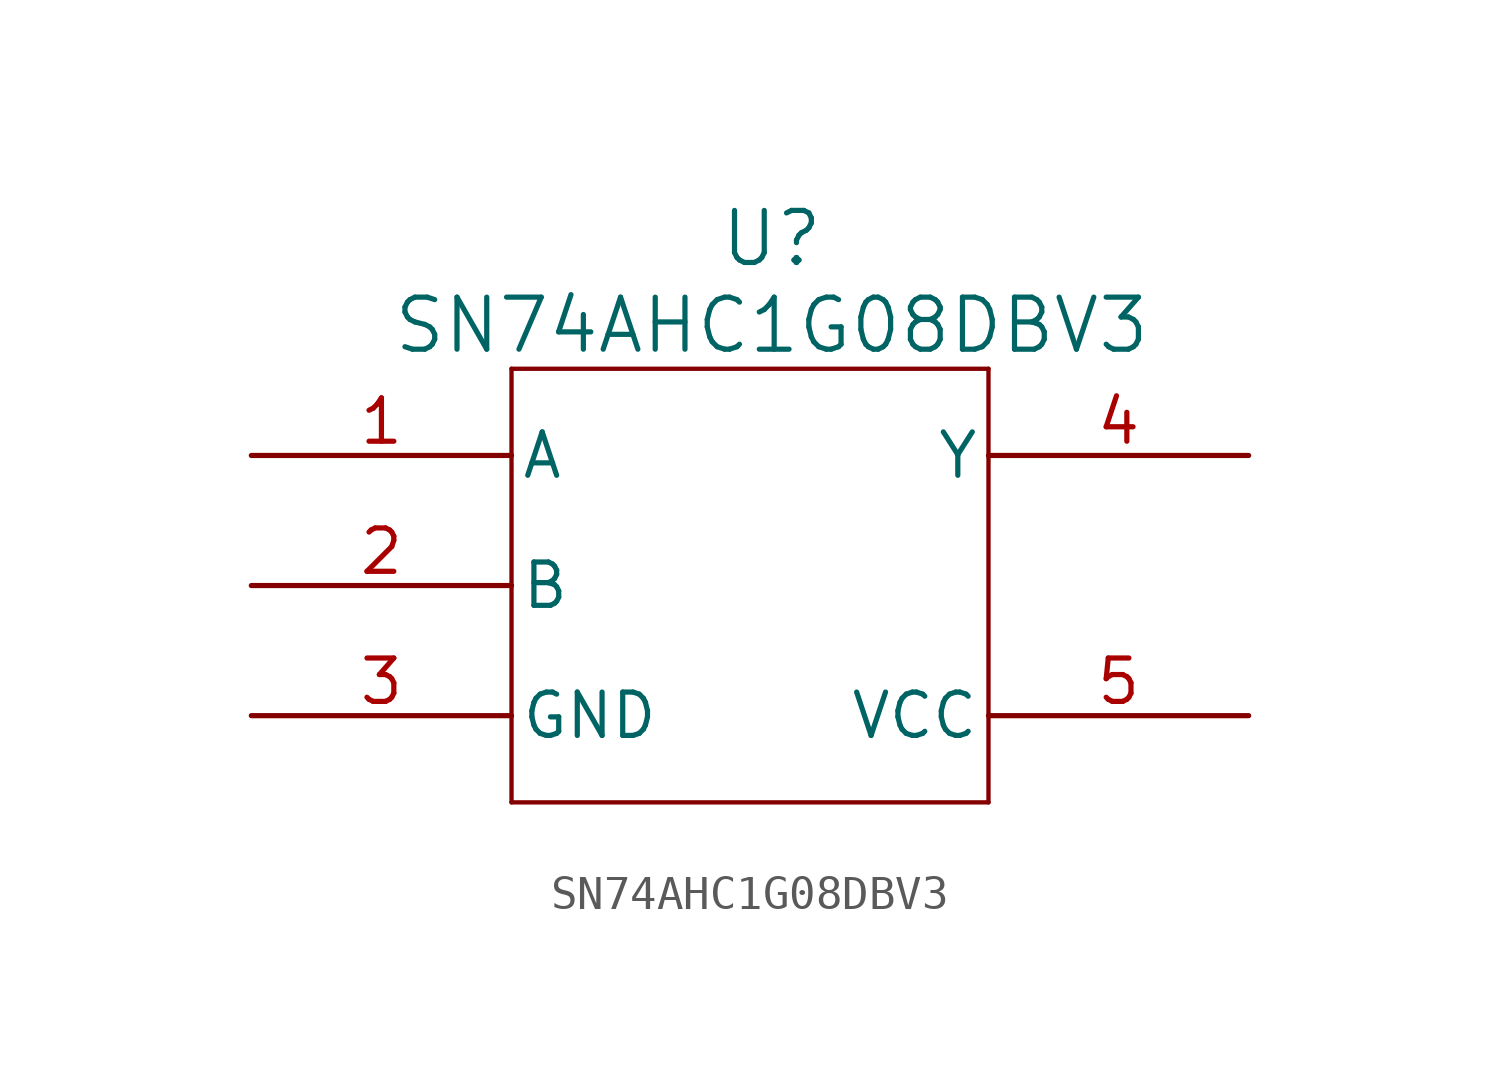
<source format=kicad_sym>
(kicad_symbol_lib
  (version 20220914)
  (generator kicad_symbol_editor)
  (symbol "SN74AHC1G08DBV3"
    (pin_names
      (offset 0.254))
    (property "Reference" "U"
      (at 15.24 6.35 0)
      (effects (font (size 1.524 1.524))))
    (property "Value" "SN74AHC1G08DBV3"
      (at 15.24 3.81 0)
      (effects (font (size 1.524 1.524))))
    (property "ki_locked" ""
      (at 0 0 0)
      (effects (font (size 1.27 1.27))))
    (symbol "SN74AHC1G08DBV3_0_1"
      (polyline (pts (xy 7.62 -10.16) (xy 21.59 -10.16)) (stroke (width 0.127) (type default)) (fill (type none)))
      (polyline (pts (xy 7.62 2.54) (xy 7.62 -10.16)) (stroke (width 0.127) (type default)) (fill (type none)))
      (polyline (pts (xy 21.59 -10.16) (xy 21.59 2.54)) (stroke (width 0.127) (type default)) (fill (type none)))
      (polyline (pts (xy 21.59 2.54) (xy 7.62 2.54)) (stroke (width 0.127) (type default)) (fill (type none)))
      (pin input line (at 0 0 0) (length 7.62) (name "A" (effects (font (size 1.27 1.27)))) (number "1" (effects (font (size 1.27 1.27)))))
      (pin input line (at 0 -3.81 0) (length 7.62) (name "B" (effects (font (size 1.27 1.27)))) (number "2" (effects (font (size 1.27 1.27)))))
      (pin power_in line (at 0 -7.62 0) (length 7.62) (name "GND" (effects (font (size 1.27 1.27)))) (number "3" (effects (font (size 1.27 1.27)))))
      (pin output line (at 29.21 0 180) (length 7.62) (name "Y" (effects (font (size 1.27 1.27)))) (number "4" (effects (font (size 1.27 1.27)))))
      (pin power_in line (at 29.21 -7.62 180) (length 7.62) (name "VCC" (effects (font (size 1.27 1.27)))) (number "5" (effects (font (size 1.27 1.27))))))))
</source>
